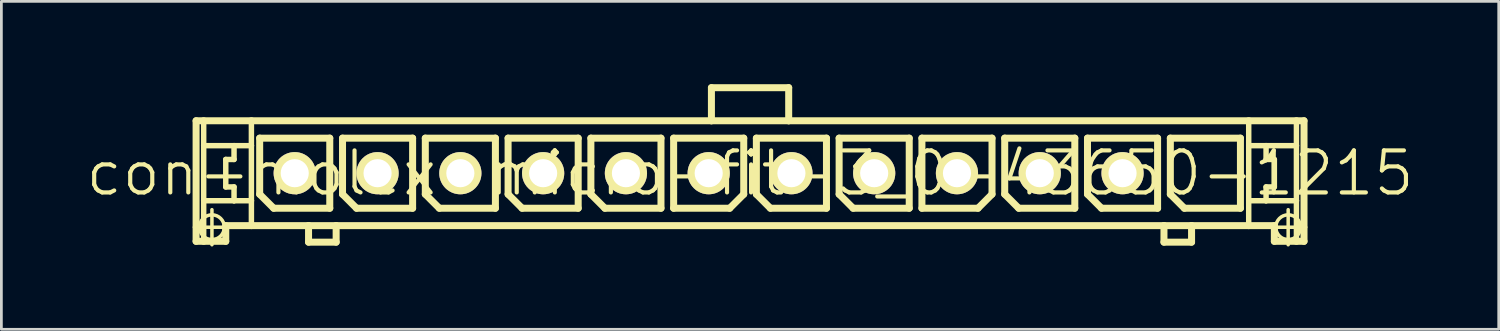
<source format=kicad_pcb>
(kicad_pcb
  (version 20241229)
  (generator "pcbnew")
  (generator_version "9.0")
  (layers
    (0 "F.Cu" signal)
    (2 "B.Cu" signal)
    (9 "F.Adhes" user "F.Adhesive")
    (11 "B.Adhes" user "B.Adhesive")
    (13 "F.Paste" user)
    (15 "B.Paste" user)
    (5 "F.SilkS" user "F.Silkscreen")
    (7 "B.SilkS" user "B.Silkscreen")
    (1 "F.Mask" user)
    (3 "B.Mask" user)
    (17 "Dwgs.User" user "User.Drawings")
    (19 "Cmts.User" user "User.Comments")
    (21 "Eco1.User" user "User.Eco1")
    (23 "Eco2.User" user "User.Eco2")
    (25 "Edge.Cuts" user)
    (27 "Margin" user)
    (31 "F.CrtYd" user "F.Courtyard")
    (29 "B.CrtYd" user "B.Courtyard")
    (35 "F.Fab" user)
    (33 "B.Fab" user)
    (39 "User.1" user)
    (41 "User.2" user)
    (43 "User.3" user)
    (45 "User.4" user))
  (footprint "con-molex-micro-fit-3_0-43650-1215"
    (layer "F.Cu")
    (at 24.13 3.226)
    (property "Reference" "con-molex-micro-fit-3_0-43650-1215" (at 0 0 0) (layer "F.SilkS") (effects (font (size 1.524 1.524) (thickness 0.15))))
    (attr exclude_from_pos_files exclude_from_bom)
    (fp_line (start -20.135 1.958) (end -18.865 1.958) (stroke (width 0.127) (type solid)) (layer "F.SilkS"))
    (fp_line (start -20.074 -1.9) (end -19.799 -1.9) (stroke (width 0.254) (type solid)) (layer "F.SilkS"))
    (fp_line (start -20.074 2.469) (end -20.074 -1.9) (stroke (width 0.254) (type solid)) (layer "F.SilkS"))
    (fp_line (start -19.799 -1.9) (end -18.07 -1.9) (stroke (width 0.254) (type solid)) (layer "F.SilkS"))
    (fp_line (start -19.799 -0.998) (end -19.799 -1.9) (stroke (width 0.198) (type solid)) (layer "F.SilkS"))
    (fp_line (start -19.799 0.998) (end -19.799 -0.998) (stroke (width 0.198) (type solid)) (layer "F.SilkS"))
    (fp_line (start -19.799 2.469) (end -20.074 2.469) (stroke (width 0.254) (type solid)) (layer "F.SilkS"))
    (fp_line (start -19.799 2.469) (end -19.799 0.998) (stroke (width 0.198) (type solid)) (layer "F.SilkS"))
    (fp_line (start -19.5 2.593) (end -19.5 1.323) (stroke (width 0.127) (type solid)) (layer "F.SilkS"))
    (fp_line (start -18.999 -0.498) (end -18.999 0.498) (stroke (width 0.198) (type solid)) (layer "F.SilkS"))
    (fp_line (start -18.999 0.498) (end -18.699 0.498) (stroke (width 0.198) (type solid)) (layer "F.SilkS"))
    (fp_line (start -18.999 1.9) (end -18.999 2.469) (stroke (width 0.254) (type solid)) (layer "F.SilkS"))
    (fp_line (start -18.999 2.469) (end -19.799 2.469) (stroke (width 0.254) (type solid)) (layer "F.SilkS"))
    (fp_line (start -18.699 -0.998) (end -19.799 -0.998) (stroke (width 0.198) (type solid)) (layer "F.SilkS"))
    (fp_line (start -18.699 -0.998) (end -18.699 -0.498) (stroke (width 0.198) (type solid)) (layer "F.SilkS"))
    (fp_line (start -18.699 -0.498) (end -18.999 -0.498) (stroke (width 0.198) (type solid)) (layer "F.SilkS"))
    (fp_line (start -18.699 0.498) (end -18.699 0.998) (stroke (width 0.198) (type solid)) (layer "F.SilkS"))
    (fp_line (start -18.699 0.998) (end -19.799 0.998) (stroke (width 0.198) (type solid)) (layer "F.SilkS"))
    (fp_line (start -18.07 -1.9) (end -1.4 -1.9) (stroke (width 0.254) (type solid)) (layer "F.SilkS"))
    (fp_line (start -18.07 -0.998) (end -18.699 -0.998) (stroke (width 0.198) (type solid)) (layer "F.SilkS"))
    (fp_line (start -18.07 -0.998) (end -18.07 -1.9) (stroke (width 0.198) (type solid)) (layer "F.SilkS"))
    (fp_line (start -18.07 0.998) (end -18.699 0.998) (stroke (width 0.198) (type solid)) (layer "F.SilkS"))
    (fp_line (start -18.07 0.998) (end -18.07 -0.998) (stroke (width 0.198) (type solid)) (layer "F.SilkS"))
    (fp_line (start -18.07 1.9) (end -18.999 1.9) (stroke (width 0.254) (type solid)) (layer "F.SilkS"))
    (fp_line (start -18.07 1.9) (end -18.07 0.998) (stroke (width 0.198) (type solid)) (layer "F.SilkS"))
    (fp_line (start -17.77 -1.27) (end -15.23 -1.27) (stroke (width 0.254) (type solid)) (layer "F.SilkS"))
    (fp_line (start -17.77 0.762) (end -17.77 -1.27) (stroke (width 0.254) (type solid)) (layer "F.SilkS"))
    (fp_line (start -17.262 1.27) (end -17.77 0.762) (stroke (width 0.254) (type solid)) (layer "F.SilkS"))
    (fp_line (start -15.999 1.9) (end -18.07 1.9) (stroke (width 0.254) (type solid)) (layer "F.SilkS"))
    (fp_line (start -15.999 1.9) (end -15.999 2.499) (stroke (width 0.254) (type solid)) (layer "F.SilkS"))
    (fp_line (start -15.999 2.499) (end -14.999 2.499) (stroke (width 0.254) (type solid)) (layer "F.SilkS"))
    (fp_line (start -15.23 -1.27) (end -15.23 1.27) (stroke (width 0.254) (type solid)) (layer "F.SilkS"))
    (fp_line (start -15.23 1.27) (end -17.262 1.27) (stroke (width 0.254) (type solid)) (layer "F.SilkS"))
    (fp_line (start -14.999 1.9) (end -15.999 1.9) (stroke (width 0.254) (type solid)) (layer "F.SilkS"))
    (fp_line (start -14.999 2.499) (end -14.999 1.9) (stroke (width 0.254) (type solid)) (layer "F.SilkS"))
    (fp_line (start -14.768 -1.27) (end -12.228 -1.27) (stroke (width 0.254) (type solid)) (layer "F.SilkS"))
    (fp_line (start -14.768 0.762) (end -14.768 -1.27) (stroke (width 0.254) (type solid)) (layer "F.SilkS"))
    (fp_line (start -14.26 1.27) (end -14.768 0.762) (stroke (width 0.254) (type solid)) (layer "F.SilkS"))
    (fp_line (start -12.228 -1.27) (end -12.228 1.27) (stroke (width 0.254) (type solid)) (layer "F.SilkS"))
    (fp_line (start -12.228 1.27) (end -14.26 1.27) (stroke (width 0.254) (type solid)) (layer "F.SilkS"))
    (fp_line (start -11.768 -1.27) (end -9.228 -1.27) (stroke (width 0.254) (type solid)) (layer "F.SilkS"))
    (fp_line (start -11.768 0.762) (end -11.768 -1.27) (stroke (width 0.254) (type solid)) (layer "F.SilkS"))
    (fp_line (start -11.26 1.27) (end -11.768 0.762) (stroke (width 0.254) (type solid)) (layer "F.SilkS"))
    (fp_line (start -9.228 -1.27) (end -9.228 1.27) (stroke (width 0.254) (type solid)) (layer "F.SilkS"))
    (fp_line (start -9.228 1.27) (end -11.26 1.27) (stroke (width 0.254) (type solid)) (layer "F.SilkS"))
    (fp_line (start -8.768 -1.27) (end -6.228 -1.27) (stroke (width 0.254) (type solid)) (layer "F.SilkS"))
    (fp_line (start -8.768 0.762) (end -8.768 -1.27) (stroke (width 0.254) (type solid)) (layer "F.SilkS"))
    (fp_line (start -8.26 1.27) (end -8.768 0.762) (stroke (width 0.254) (type solid)) (layer "F.SilkS"))
    (fp_line (start -6.228 -1.27) (end -6.228 1.27) (stroke (width 0.254) (type solid)) (layer "F.SilkS"))
    (fp_line (start -6.228 1.27) (end -8.26 1.27) (stroke (width 0.254) (type solid)) (layer "F.SilkS"))
    (fp_line (start -5.768 -1.27) (end -3.228 -1.27) (stroke (width 0.254) (type solid)) (layer "F.SilkS"))
    (fp_line (start -5.768 0.762) (end -5.768 -1.27) (stroke (width 0.254) (type solid)) (layer "F.SilkS"))
    (fp_line (start -5.26 1.27) (end -5.768 0.762) (stroke (width 0.254) (type solid)) (layer "F.SilkS"))
    (fp_line (start -3.228 -1.27) (end -3.228 1.27) (stroke (width 0.254) (type solid)) (layer "F.SilkS"))
    (fp_line (start -3.228 1.27) (end -5.26 1.27) (stroke (width 0.254) (type solid)) (layer "F.SilkS"))
    (fp_line (start -2.769 -1.27) (end -0.229 -1.27) (stroke (width 0.254) (type solid)) (layer "F.SilkS"))
    (fp_line (start -2.769 1.27) (end -2.769 -1.27) (stroke (width 0.254) (type solid)) (layer "F.SilkS"))
    (fp_line (start -1.4 -3.099) (end -1.4 -1.9) (stroke (width 0.254) (type solid)) (layer "F.SilkS"))
    (fp_line (start -1.4 -3.099) (end 1.4 -3.099) (stroke (width 0.254) (type solid)) (layer "F.SilkS"))
    (fp_line (start -1.4 -1.9) (end 1.4 -1.9) (stroke (width 0.254) (type solid)) (layer "F.SilkS"))
    (fp_line (start -0.737 1.27) (end -2.769 1.27) (stroke (width 0.254) (type solid)) (layer "F.SilkS"))
    (fp_line (start -0.229 -1.27) (end -0.229 0.762) (stroke (width 0.254) (type solid)) (layer "F.SilkS"))
    (fp_line (start -0.229 0.762) (end -0.737 1.27) (stroke (width 0.254) (type solid)) (layer "F.SilkS"))
    (fp_line (start 0.229 -1.27) (end 2.769 -1.27) (stroke (width 0.254) (type solid)) (layer "F.SilkS"))
    (fp_line (start 0.229 0.762) (end 0.229 -1.27) (stroke (width 0.254) (type solid)) (layer "F.SilkS"))
    (fp_line (start 0.737 1.27) (end 0.229 0.762) (stroke (width 0.254) (type solid)) (layer "F.SilkS"))
    (fp_line (start 1.4 -3.099) (end 1.4 -1.9) (stroke (width 0.254) (type solid)) (layer "F.SilkS"))
    (fp_line (start 1.4 -1.9) (end 18.07 -1.9) (stroke (width 0.254) (type solid)) (layer "F.SilkS"))
    (fp_line (start 2.769 -1.27) (end 2.769 1.27) (stroke (width 0.254) (type solid)) (layer "F.SilkS"))
    (fp_line (start 2.769 1.27) (end 0.737 1.27) (stroke (width 0.254) (type solid)) (layer "F.SilkS"))
    (fp_line (start 3.228 -1.27) (end 5.768 -1.27) (stroke (width 0.254) (type solid)) (layer "F.SilkS"))
    (fp_line (start 3.228 0.762) (end 3.228 -1.27) (stroke (width 0.254) (type solid)) (layer "F.SilkS"))
    (fp_line (start 3.736 1.27) (end 3.228 0.762) (stroke (width 0.254) (type solid)) (layer "F.SilkS"))
    (fp_line (start 5.768 -1.27) (end 5.768 1.27) (stroke (width 0.254) (type solid)) (layer "F.SilkS"))
    (fp_line (start 5.768 1.27) (end 3.736 1.27) (stroke (width 0.254) (type solid)) (layer "F.SilkS"))
    (fp_line (start 6.228 -1.27) (end 8.768 -1.27) (stroke (width 0.254) (type solid)) (layer "F.SilkS"))
    (fp_line (start 6.228 1.27) (end 6.228 -1.27) (stroke (width 0.254) (type solid)) (layer "F.SilkS"))
    (fp_line (start 8.26 1.27) (end 6.228 1.27) (stroke (width 0.254) (type solid)) (layer "F.SilkS"))
    (fp_line (start 8.768 -1.27) (end 8.768 0.762) (stroke (width 0.254) (type solid)) (layer "F.SilkS"))
    (fp_line (start 8.768 0.762) (end 8.26 1.27) (stroke (width 0.254) (type solid)) (layer "F.SilkS"))
    (fp_line (start 9.228 -1.27) (end 11.768 -1.27) (stroke (width 0.254) (type solid)) (layer "F.SilkS"))
    (fp_line (start 9.228 0.762) (end 9.228 -1.27) (stroke (width 0.254) (type solid)) (layer "F.SilkS"))
    (fp_line (start 9.736 1.27) (end 9.228 0.762) (stroke (width 0.254) (type solid)) (layer "F.SilkS"))
    (fp_line (start 11.768 -1.27) (end 11.768 1.27) (stroke (width 0.254) (type solid)) (layer "F.SilkS"))
    (fp_line (start 11.768 1.27) (end 9.736 1.27) (stroke (width 0.254) (type solid)) (layer "F.SilkS"))
    (fp_line (start 12.228 -1.27) (end 14.768 -1.27) (stroke (width 0.254) (type solid)) (layer "F.SilkS"))
    (fp_line (start 12.228 0.762) (end 12.228 -1.27) (stroke (width 0.254) (type solid)) (layer "F.SilkS"))
    (fp_line (start 12.736 1.27) (end 12.228 0.762) (stroke (width 0.254) (type solid)) (layer "F.SilkS"))
    (fp_line (start 14.768 -1.27) (end 14.768 1.27) (stroke (width 0.254) (type solid)) (layer "F.SilkS"))
    (fp_line (start 14.768 1.27) (end 12.736 1.27) (stroke (width 0.254) (type solid)) (layer "F.SilkS"))
    (fp_line (start 14.999 1.9) (end -14.999 1.9) (stroke (width 0.254) (type solid)) (layer "F.SilkS"))
    (fp_line (start 14.999 1.9) (end 14.999 2.499) (stroke (width 0.254) (type solid)) (layer "F.SilkS"))
    (fp_line (start 14.999 2.499) (end 15.999 2.499) (stroke (width 0.254) (type solid)) (layer "F.SilkS"))
    (fp_line (start 15.23 -1.27) (end 17.77 -1.27) (stroke (width 0.254) (type solid)) (layer "F.SilkS"))
    (fp_line (start 15.23 0.762) (end 15.23 -1.27) (stroke (width 0.254) (type solid)) (layer "F.SilkS"))
    (fp_line (start 15.738 1.27) (end 15.23 0.762) (stroke (width 0.254) (type solid)) (layer "F.SilkS"))
    (fp_line (start 15.999 1.9) (end 14.999 1.9) (stroke (width 0.254) (type solid)) (layer "F.SilkS"))
    (fp_line (start 15.999 2.499) (end 15.999 1.9) (stroke (width 0.254) (type solid)) (layer "F.SilkS"))
    (fp_line (start 17.77 -1.27) (end 17.77 1.27) (stroke (width 0.254) (type solid)) (layer "F.SilkS"))
    (fp_line (start 17.77 1.27) (end 15.738 1.27) (stroke (width 0.254) (type solid)) (layer "F.SilkS"))
    (fp_line (start 18.07 -1.9) (end 18.07 -0.998) (stroke (width 0.198) (type solid)) (layer "F.SilkS"))
    (fp_line (start 18.07 -1.9) (end 19.799 -1.9) (stroke (width 0.254) (type solid)) (layer "F.SilkS"))
    (fp_line (start 18.07 -0.998) (end 18.07 0.998) (stroke (width 0.198) (type solid)) (layer "F.SilkS"))
    (fp_line (start 18.07 -0.998) (end 18.699 -0.998) (stroke (width 0.198) (type solid)) (layer "F.SilkS"))
    (fp_line (start 18.07 0.998) (end 18.07 1.9) (stroke (width 0.198) (type solid)) (layer "F.SilkS"))
    (fp_line (start 18.07 0.998) (end 18.699 0.998) (stroke (width 0.198) (type solid)) (layer "F.SilkS"))
    (fp_line (start 18.07 1.9) (end 15.999 1.9) (stroke (width 0.254) (type solid)) (layer "F.SilkS"))
    (fp_line (start 18.699 -0.998) (end 18.699 -0.498) (stroke (width 0.198) (type solid)) (layer "F.SilkS"))
    (fp_line (start 18.699 -0.998) (end 19.799 -0.998) (stroke (width 0.198) (type solid)) (layer "F.SilkS"))
    (fp_line (start 18.699 -0.498) (end 18.999 -0.498) (stroke (width 0.198) (type solid)) (layer "F.SilkS"))
    (fp_line (start 18.699 0.498) (end 18.699 0.998) (stroke (width 0.198) (type solid)) (layer "F.SilkS"))
    (fp_line (start 18.699 0.998) (end 19.799 0.998) (stroke (width 0.198) (type solid)) (layer "F.SilkS"))
    (fp_line (start 18.865 1.958) (end 20.135 1.958) (stroke (width 0.127) (type solid)) (layer "F.SilkS"))
    (fp_line (start 18.999 -0.498) (end 18.999 0.498) (stroke (width 0.198) (type solid)) (layer "F.SilkS"))
    (fp_line (start 18.999 0.498) (end 18.699 0.498) (stroke (width 0.198) (type solid)) (layer "F.SilkS"))
    (fp_line (start 18.999 1.9) (end 18.07 1.9) (stroke (width 0.254) (type solid)) (layer "F.SilkS"))
    (fp_line (start 18.999 2.469) (end 18.999 1.9) (stroke (width 0.254) (type solid)) (layer "F.SilkS"))
    (fp_line (start 18.999 2.469) (end 19.799 2.469) (stroke (width 0.254) (type solid)) (layer "F.SilkS"))
    (fp_line (start 19.5 2.593) (end 19.5 1.323) (stroke (width 0.127) (type solid)) (layer "F.SilkS"))
    (fp_line (start 19.799 -1.9) (end 20.074 -1.9) (stroke (width 0.254) (type solid)) (layer "F.SilkS"))
    (fp_line (start 19.799 -0.998) (end 19.799 -1.9) (stroke (width 0.198) (type solid)) (layer "F.SilkS"))
    (fp_line (start 19.799 0.998) (end 19.799 -0.998) (stroke (width 0.198) (type solid)) (layer "F.SilkS"))
    (fp_line (start 19.799 2.469) (end 19.799 0.998) (stroke (width 0.198) (type solid)) (layer "F.SilkS"))
    (fp_line (start 19.799 2.469) (end 20.074 2.469) (stroke (width 0.254) (type solid)) (layer "F.SilkS"))
    (fp_line (start 20.074 -1.9) (end 20.074 2.469) (stroke (width 0.254) (type solid)) (layer "F.SilkS"))
    (fp_circle (center -19.5 1.958) (end -19.817 2.276) (stroke (width 0.127) (type solid)) (fill no) (layer "F.SilkS"))
    (fp_circle (center 19.5 1.958) (end 19.817 2.276) (stroke (width 0.127) (type solid)) (fill no) (layer "F.SilkS"))
    (pad "P$1" thru_hole rect (at 16.5 0) (size 0.001 0.001) (drill 1.019) (layers "*.Cu" "F.Mask" "F.SilkS" "F.Paste"))
    (pad "P$2" thru_hole circle (at 13.498 0) (size 1.529 1.529) (drill 1.019) (layers "*.Cu" "F.Mask" "F.SilkS" "F.Paste"))
    (pad "P$3" thru_hole circle (at 10.498 0) (size 1.529 1.529) (drill 1.019) (layers "*.Cu" "F.Mask" "F.SilkS" "F.Paste"))
    (pad "P$4" thru_hole circle (at 7.498 0) (size 1.529 1.529) (drill 1.019) (layers "*.Cu" "F.Mask" "F.SilkS" "F.Paste"))
    (pad "P$5" thru_hole circle (at 4.498 0) (size 1.529 1.529) (drill 1.019) (layers "*.Cu" "F.Mask" "F.SilkS" "F.Paste"))
    (pad "P$6" thru_hole circle (at 1.499 0) (size 1.529 1.529) (drill 1.019) (layers "*.Cu" "F.Mask" "F.SilkS" "F.Paste"))
    (pad "P$7" thru_hole circle (at -1.499 0) (size 1.529 1.529) (drill 1.019) (layers "*.Cu" "F.Mask" "F.SilkS" "F.Paste"))
    (pad "P$8" thru_hole circle (at -4.498 0) (size 1.529 1.529) (drill 1.019) (layers "*.Cu" "F.Mask" "F.SilkS" "F.Paste"))
    (pad "P$9" thru_hole circle (at -7.498 0) (size 1.529 1.529) (drill 1.019) (layers "*.Cu" "F.Mask" "F.SilkS" "F.Paste"))
    (pad "P$10" thru_hole circle (at -10.498 0) (size 1.529 1.529) (drill 1.019) (layers "*.Cu" "F.Mask" "F.SilkS" "F.Paste"))
    (pad "P$11" thru_hole circle (at -13.498 0) (size 1.529 1.529) (drill 1.019) (layers "*.Cu" "F.Mask" "F.SilkS" "F.Paste"))
    (pad "P$12" thru_hole circle (at -16.5 0) (size 1.529 1.529) (drill 1.019) (layers "*.Cu" "F.Mask" "F.SilkS" "F.Paste")))
  (gr_rect
    (start -3 -3)
    (end 51.26 8.883)
    (stroke (width 0.1) (type default))
    (fill no)
    (layer "Edge.Cuts")))
</source>
